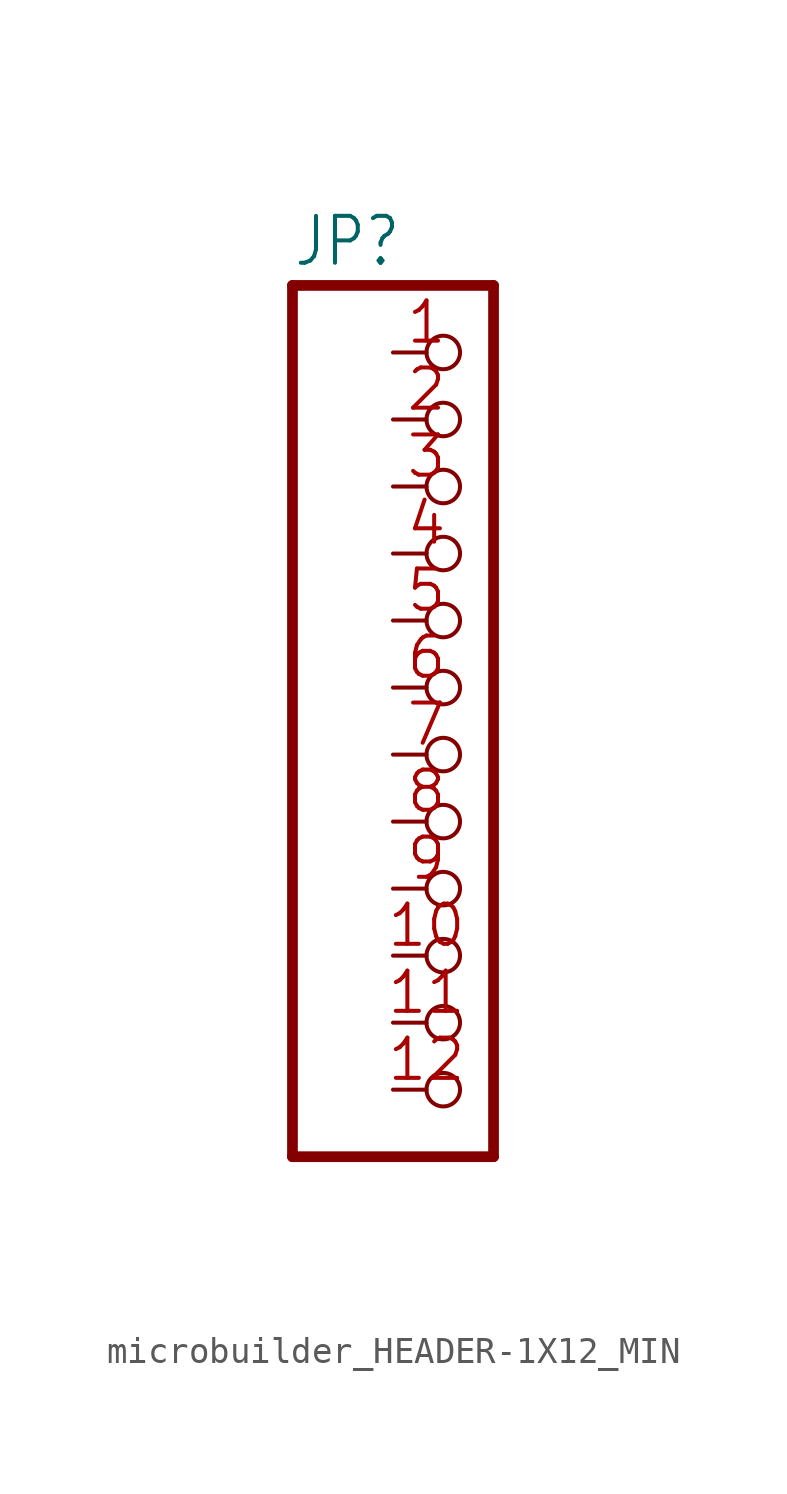
<source format=kicad_sym>
(kicad_symbol_lib
  (version 20241209)
  (generator "kicad_symbol_editor")
  (generator_version "9.0")
  (symbol "microbuilder_HEADER-1X12_MIN"
    (property "Reference" "JP"
      (at -6.35 18.415 0)
      (effects (font (size 1.778 1.511)) (justify left bottom)))
    (property "Value" ""
      (at -6.35 -17.78 0)
      (effects (font (size 1.778 1.511)) (justify left bottom)))
    (property "ki_locked" ""
      (at 0 0 0)
      (effects (font (size 1.27 1.27))))
    (symbol "microbuilder_HEADER-1X12_MIN_1_0"
      (polyline (pts (xy -6.35 17.78) (xy -6.35 -15.24)) (stroke (width 0.406) (type solid)) (fill (type none)))
      (polyline (pts (xy -6.35 -15.24) (xy 1.27 -15.24)) (stroke (width 0.406) (type solid)) (fill (type none)))
      (polyline (pts (xy 1.27 17.78) (xy -6.35 17.78)) (stroke (width 0.406) (type solid)) (fill (type none)))
      (polyline (pts (xy 1.27 -15.24) (xy 1.27 17.78)) (stroke (width 0.406) (type solid)) (fill (type none)))
      (pin passive inverted (at -2.54 15.24 0) (length 2.54) (name "1" (effects (font (size 0 0)))) (number "1" (effects (font (size 1.524 1.524)))))
      (pin passive inverted (at -2.54 12.7 0) (length 2.54) (name "2" (effects (font (size 0 0)))) (number "2" (effects (font (size 1.524 1.524)))))
      (pin passive inverted (at -2.54 10.16 0) (length 2.54) (name "3" (effects (font (size 0 0)))) (number "3" (effects (font (size 1.524 1.524)))))
      (pin passive inverted (at -2.54 7.62 0) (length 2.54) (name "4" (effects (font (size 0 0)))) (number "4" (effects (font (size 1.524 1.524)))))
      (pin passive inverted (at -2.54 5.08 0) (length 2.54) (name "5" (effects (font (size 0 0)))) (number "5" (effects (font (size 1.524 1.524)))))
      (pin passive inverted (at -2.54 2.54 0) (length 2.54) (name "6" (effects (font (size 0 0)))) (number "6" (effects (font (size 1.524 1.524)))))
      (pin passive inverted (at -2.54 0 0) (length 2.54) (name "7" (effects (font (size 0 0)))) (number "7" (effects (font (size 1.524 1.524)))))
      (pin passive inverted (at -2.54 -2.54 0) (length 2.54) (name "8" (effects (font (size 0 0)))) (number "8" (effects (font (size 1.524 1.524)))))
      (pin passive inverted (at -2.54 -5.08 0) (length 2.54) (name "9" (effects (font (size 0 0)))) (number "9" (effects (font (size 1.524 1.524)))))
      (pin passive inverted (at -2.54 -7.62 0) (length 2.54) (name "10" (effects (font (size 0 0)))) (number "10" (effects (font (size 1.524 1.524)))))
      (pin passive inverted (at -2.54 -10.16 0) (length 2.54) (name "11" (effects (font (size 0 0)))) (number "11" (effects (font (size 1.524 1.524)))))
      (pin passive inverted (at -2.54 -12.7 0) (length 2.54) (name "12" (effects (font (size 0 0)))) (number "12" (effects (font (size 1.524 1.524))))))))
</source>
